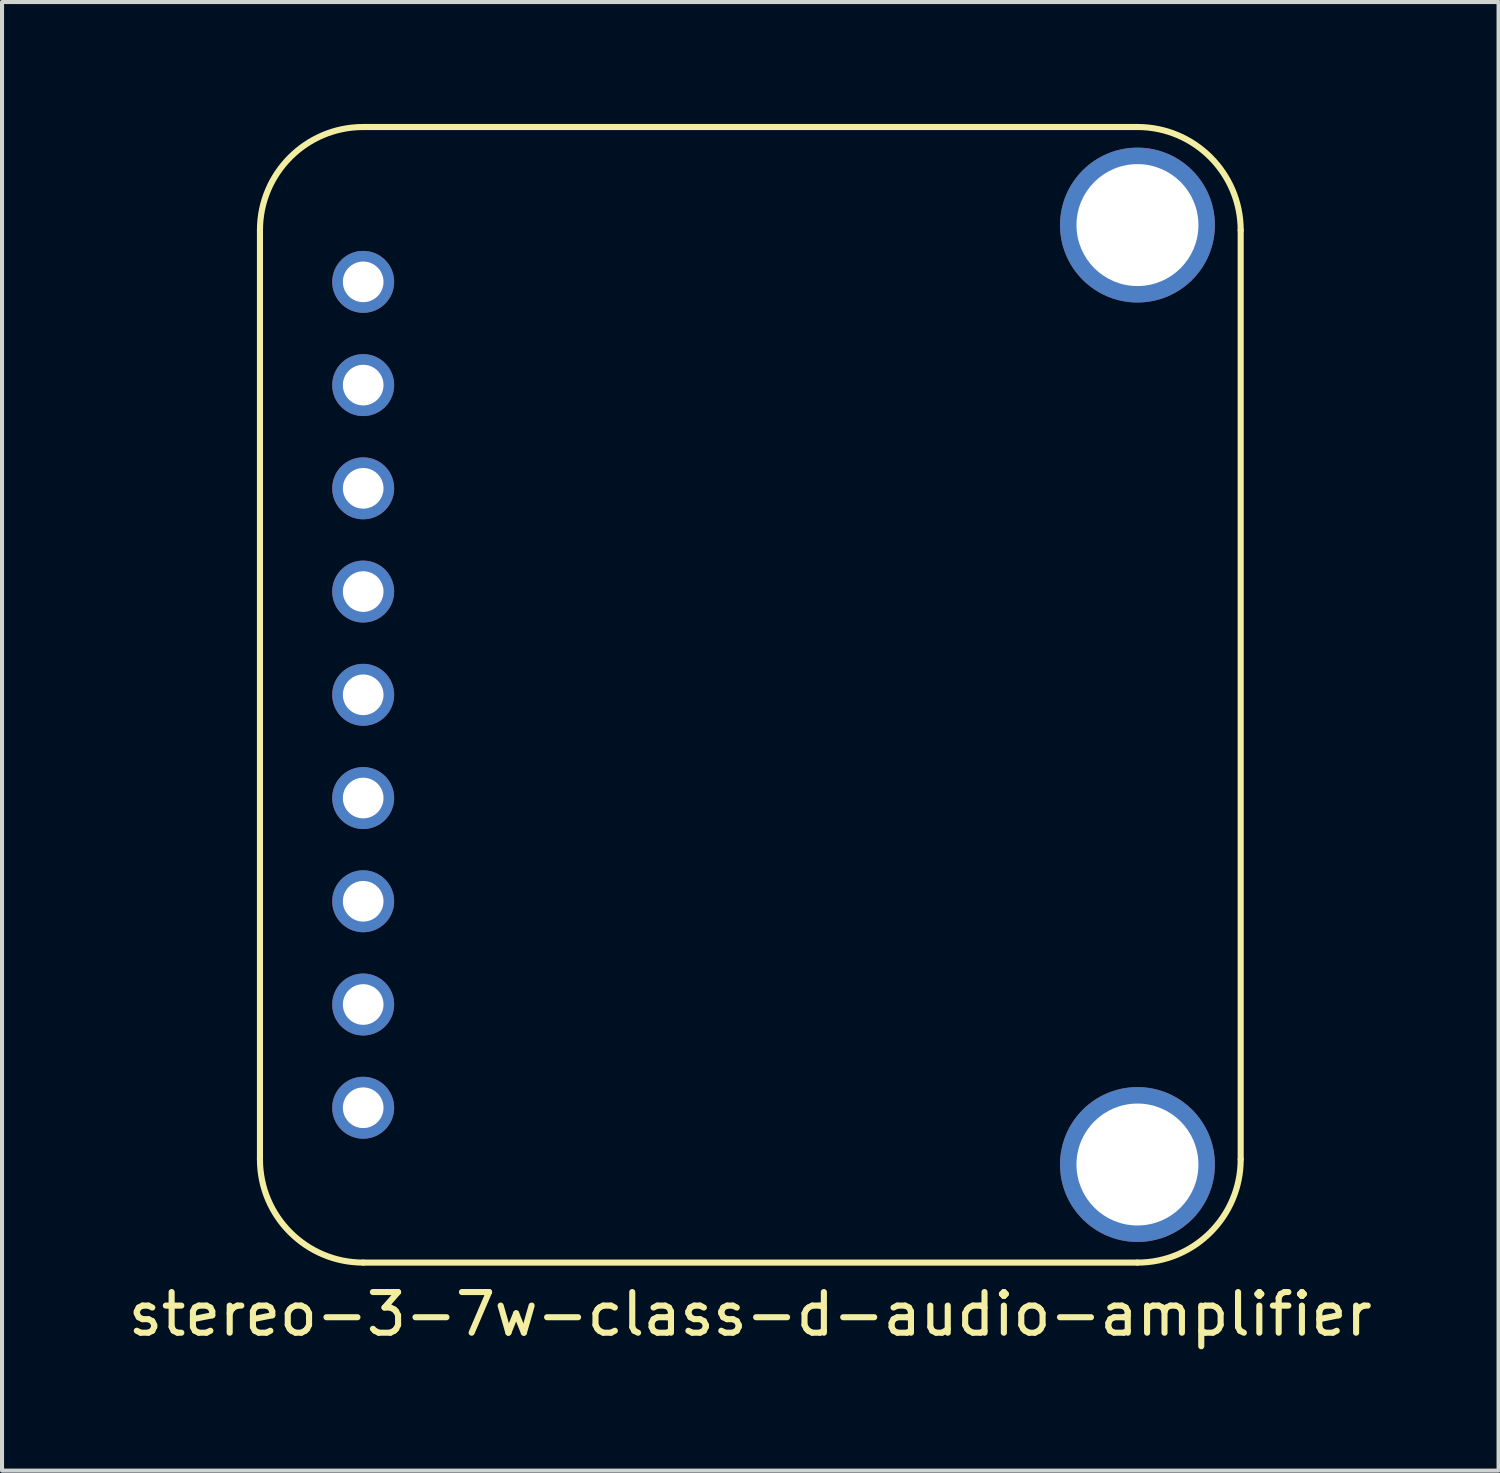
<source format=kicad_pcb>
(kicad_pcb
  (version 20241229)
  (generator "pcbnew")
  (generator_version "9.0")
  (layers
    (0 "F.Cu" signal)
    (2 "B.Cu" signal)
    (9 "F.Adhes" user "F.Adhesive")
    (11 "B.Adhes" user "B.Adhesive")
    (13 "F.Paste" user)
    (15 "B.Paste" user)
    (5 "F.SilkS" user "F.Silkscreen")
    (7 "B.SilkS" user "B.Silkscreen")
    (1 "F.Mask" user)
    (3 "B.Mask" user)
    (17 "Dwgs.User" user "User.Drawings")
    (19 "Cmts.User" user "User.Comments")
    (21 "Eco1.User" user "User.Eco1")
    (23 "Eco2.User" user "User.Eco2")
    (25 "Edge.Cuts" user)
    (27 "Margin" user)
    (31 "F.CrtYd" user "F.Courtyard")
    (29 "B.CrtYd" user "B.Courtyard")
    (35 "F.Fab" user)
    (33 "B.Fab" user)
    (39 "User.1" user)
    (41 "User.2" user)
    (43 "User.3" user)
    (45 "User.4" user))
  (footprint "stereo-3-7w-class-d-audio-amplifier"
    (layer "F.Cu")
    (at 14.776 14.045)
    (property "Reference" "stereo-3-7w-class-d-audio-amplifier" (at 0.635 15.24 0) (layer "F.SilkS") (effects (font (size 1 1) (thickness 0.15))))
    (attr through_hole)
    (fp_line (start -11.43 11.43) (end -11.43 -11.43) (stroke (width 0.15) (type solid)) (layer "F.SilkS"))
    (fp_line (start -8.89 -13.97) (end 10.16 -13.97) (stroke (width 0.15) (type solid)) (layer "F.SilkS"))
    (fp_line (start 10.16 13.97) (end -8.89 13.97) (stroke (width 0.15) (type solid)) (layer "F.SilkS"))
    (fp_line (start 12.7 -11.43) (end 12.7 11.43) (stroke (width 0.15) (type solid)) (layer "F.SilkS"))
    (fp_arc (start -11.43 -11.43) (mid -10.686051 -13.226051) (end -8.89 -13.97) (stroke (width 0.15) (type solid)) (layer "F.SilkS"))
    (fp_arc (start -8.89 13.97) (mid -10.686051 13.226051) (end -11.43 11.43) (stroke (width 0.15) (type solid)) (layer "F.SilkS"))
    (fp_arc (start 10.16 -13.97) (mid 11.956051 -13.226051) (end 12.7 -11.43) (stroke (width 0.15) (type solid)) (layer "F.SilkS"))
    (fp_arc (start 12.7 11.43) (mid 11.956051 13.226051) (end 10.16 13.97) (stroke (width 0.15) (type solid)) (layer "F.SilkS"))
    (pad "1" thru_hole circle (at -8.89 -10.16) (size 1.524 1.524) (drill 1) (layers "*.Cu" "*.Mask"))
    (pad "2" thru_hole circle (at -8.89 -7.62) (size 1.524 1.524) (drill 1) (layers "*.Cu" "*.Mask"))
    (pad "3" thru_hole circle (at -8.89 -5.08) (size 1.524 1.524) (drill 1) (layers "*.Cu" "*.Mask"))
    (pad "4" thru_hole circle (at -8.89 -2.54) (size 1.524 1.524) (drill 1) (layers "*.Cu" "*.Mask"))
    (pad "5" thru_hole circle (at -8.89 0) (size 1.524 1.524) (drill 1) (layers "*.Cu" "*.Mask"))
    (pad "6" thru_hole circle (at -8.89 2.54) (size 1.524 1.524) (drill 1) (layers "*.Cu" "*.Mask"))
    (pad "7" thru_hole circle (at -8.89 5.08) (size 1.524 1.524) (drill 1) (layers "*.Cu" "*.Mask"))
    (pad "8" thru_hole circle (at -8.89 7.62) (size 1.524 1.524) (drill 1) (layers "*.Cu" "*.Mask"))
    (pad "9" thru_hole circle (at -8.89 10.16) (size 1.524 1.524) (drill 1) (layers "*.Cu" "*.Mask"))
    (pad "~" thru_hole circle (at 10.16 -11.557) (size 3.81 3.81) (drill 3) (layers "*.Cu" "*.Mask"))
    (pad "~" thru_hole circle (at 10.16 11.557) (size 3.81 3.81) (drill 3) (layers "*.Cu" "*.Mask")))
  (gr_rect
    (start -3 -3)
    (end 33.821 33.133)
    (stroke (width 0.1) (type default))
    (fill no)
    (layer "Edge.Cuts")))
</source>
